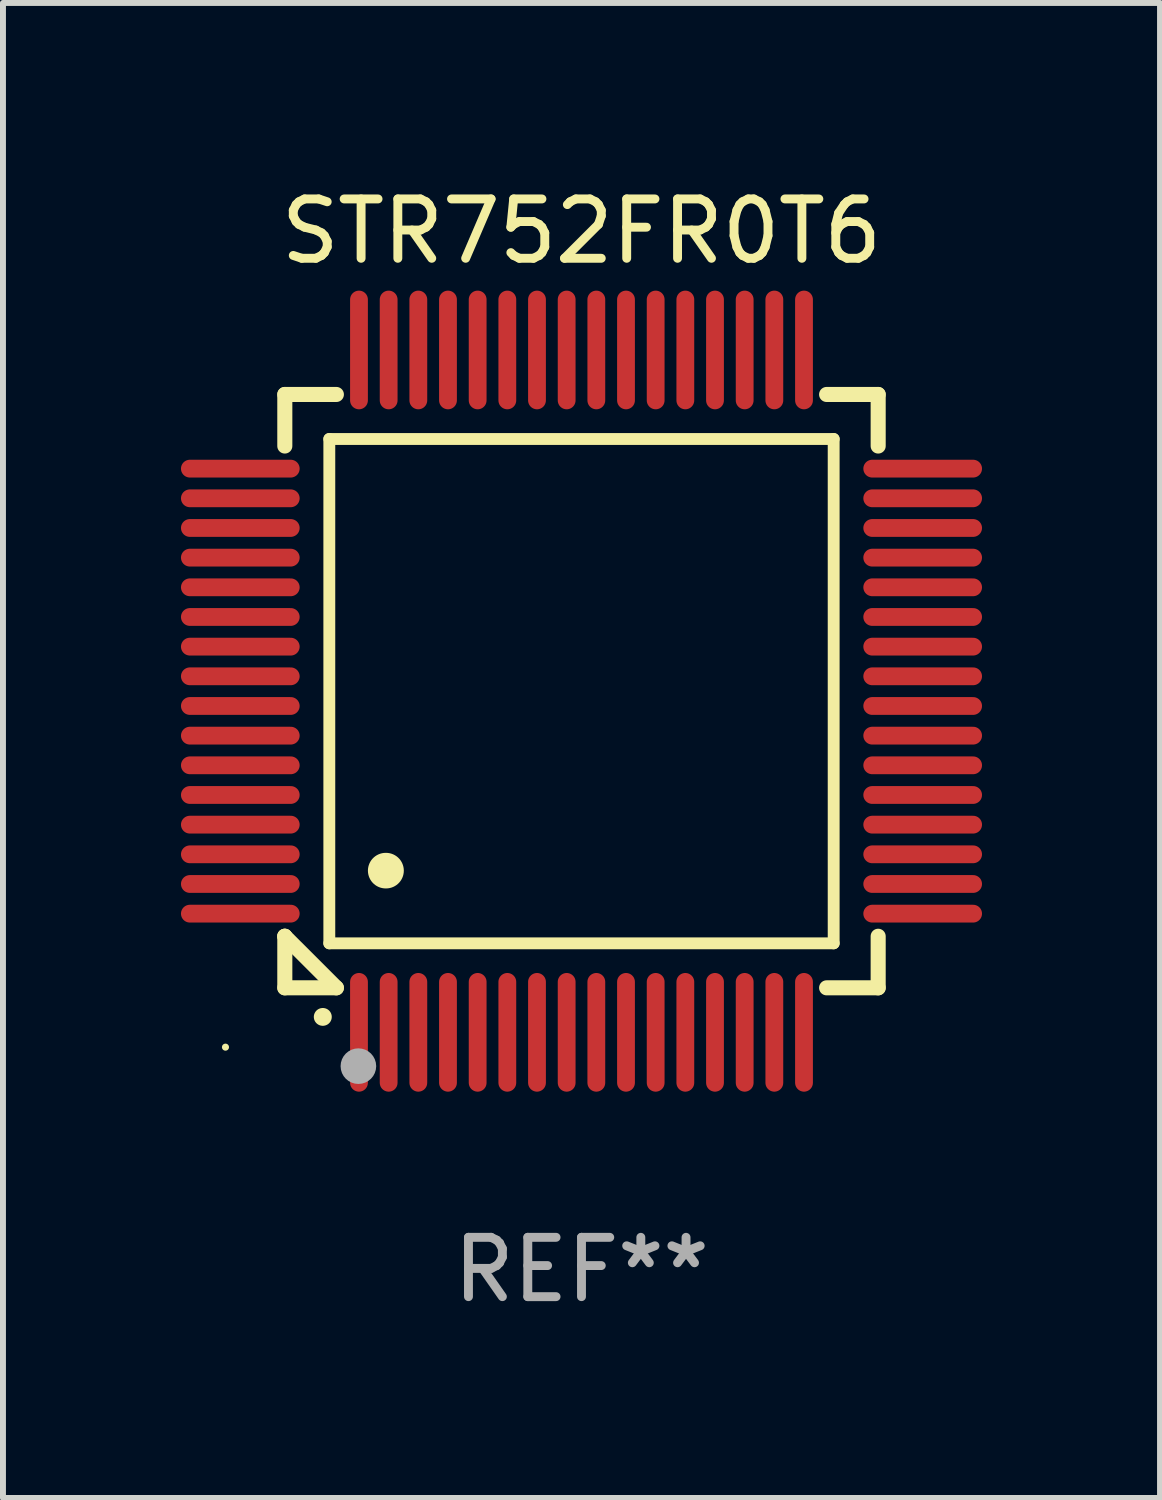
<source format=kicad_pcb>
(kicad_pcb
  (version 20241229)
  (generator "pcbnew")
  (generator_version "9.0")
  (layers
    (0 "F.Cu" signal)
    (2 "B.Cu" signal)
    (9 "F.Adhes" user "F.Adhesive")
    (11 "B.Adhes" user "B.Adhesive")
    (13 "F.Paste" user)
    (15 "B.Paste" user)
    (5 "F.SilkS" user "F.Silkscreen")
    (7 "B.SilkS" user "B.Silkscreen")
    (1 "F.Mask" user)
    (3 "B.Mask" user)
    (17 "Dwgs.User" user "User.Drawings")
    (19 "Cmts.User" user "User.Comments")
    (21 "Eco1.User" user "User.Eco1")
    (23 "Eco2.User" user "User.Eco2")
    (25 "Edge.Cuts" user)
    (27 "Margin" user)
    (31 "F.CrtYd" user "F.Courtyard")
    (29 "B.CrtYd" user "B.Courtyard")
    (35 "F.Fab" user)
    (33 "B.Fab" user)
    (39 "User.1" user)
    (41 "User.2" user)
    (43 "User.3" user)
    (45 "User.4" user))
  (footprint "STR752FR0T6"
    (layer "F.Cu")
    (at 6.75 8.598)
    (property "Reference" "STR752FR0T6" (at 0 -7.75 0) (layer "F.SilkS") (effects (font (size 1 1) (thickness 0.15))))
    (attr through_hole)
    (fp_line (start -5 -5) (end -4.131 -5) (stroke (width 0.254) (type solid)) (layer "F.SilkS"))
    (fp_line (start -5 -4.131) (end -5 -5) (stroke (width 0.254) (type solid)) (layer "F.SilkS"))
    (fp_line (start -5 4.131) (end -5 4.131) (stroke (width 0.254) (type solid)) (layer "F.SilkS"))
    (fp_line (start -5 5) (end -5 4.131) (stroke (width 0.254) (type solid)) (layer "F.SilkS"))
    (fp_line (start -5 4.131) (end -4.131 5) (stroke (width 0.254) (type solid)) (layer "F.SilkS"))
    (fp_line (start -4.25 -4.25) (end -4.25 4.25) (stroke (width 0.2) (type solid)) (layer "F.SilkS"))
    (fp_line (start -4.25 4.25) (end 4.25 4.25) (stroke (width 0.2) (type solid)) (layer "F.SilkS"))
    (fp_line (start -4.131 5) (end -5 5) (stroke (width 0.254) (type solid)) (layer "F.SilkS"))
    (fp_line (start 4.25 -4.25) (end -4.25 -4.25) (stroke (width 0.2) (type solid)) (layer "F.SilkS"))
    (fp_line (start 4.25 4.25) (end 4.25 -4.25) (stroke (width 0.2) (type solid)) (layer "F.SilkS"))
    (fp_line (start 5 -5) (end 4.131 -5) (stroke (width 0.254) (type solid)) (layer "F.SilkS"))
    (fp_line (start 5 -5) (end 5 -4.131) (stroke (width 0.254) (type solid)) (layer "F.SilkS"))
    (fp_line (start 5 4.131) (end 5 5) (stroke (width 0.254) (type solid)) (layer "F.SilkS"))
    (fp_line (start 5 5) (end 4.131 5) (stroke (width 0.254) (type solid)) (layer "F.SilkS"))
    (fp_arc (start -4.361265 5.489992) (mid -4.359995 5.489987) (end -4.358725 5.489992) (stroke (width 0.3) (type solid)) (layer "F.SilkS"))
    (fp_arc (start -3.299467 3.025146) (mid -3.296927 3.025135) (end -3.294387 3.025146) (stroke (width 0.6) (type solid)) (layer "F.SilkS"))
    (fp_circle (center -6 6) (end -5.97 6) (stroke (width 0.06) (type solid)) (fill no) (layer "F.SilkS"))
    (fp_circle (center -3.76 6.32) (end -3.61 6.32) (stroke (width 0.3) (type solid)) (fill no) (layer "F.Fab"))
    (fp_text user "REF**" (at 0 9.75 0) (layer "F.Fab") (effects (font (size 1 1) (thickness 0.15))))
    (pad "1" smd oval (at -3.75 5.75) (size 0.3 2) (layers "F.Cu" "F.Mask" "F.Paste"))
    (pad "2" smd oval (at -3.25 5.75) (size 0.3 2) (layers "F.Cu" "F.Mask" "F.Paste"))
    (pad "3" smd oval (at -2.75 5.75) (size 0.3 2) (layers "F.Cu" "F.Mask" "F.Paste"))
    (pad "4" smd oval (at -2.25 5.75) (size 0.3 2) (layers "F.Cu" "F.Mask" "F.Paste"))
    (pad "5" smd oval (at -1.75 5.75) (size 0.3 2) (layers "F.Cu" "F.Mask" "F.Paste"))
    (pad "6" smd oval (at -1.25 5.75) (size 0.3 2) (layers "F.Cu" "F.Mask" "F.Paste"))
    (pad "7" smd oval (at -0.75 5.75) (size 0.3 2) (layers "F.Cu" "F.Mask" "F.Paste"))
    (pad "8" smd oval (at -0.25 5.75) (size 0.3 2) (layers "F.Cu" "F.Mask" "F.Paste"))
    (pad "9" smd oval (at 0.25 5.75) (size 0.3 2) (layers "F.Cu" "F.Mask" "F.Paste"))
    (pad "10" smd oval (at 0.75 5.75) (size 0.3 2) (layers "F.Cu" "F.Mask" "F.Paste"))
    (pad "11" smd oval (at 1.25 5.75) (size 0.3 2) (layers "F.Cu" "F.Mask" "F.Paste"))
    (pad "12" smd oval (at 1.75 5.75) (size 0.3 2) (layers "F.Cu" "F.Mask" "F.Paste"))
    (pad "13" smd oval (at 2.25 5.75) (size 0.3 2) (layers "F.Cu" "F.Mask" "F.Paste"))
    (pad "14" smd oval (at 2.75 5.75) (size 0.3 2) (layers "F.Cu" "F.Mask" "F.Paste"))
    (pad "15" smd oval (at 3.25 5.75) (size 0.3 2) (layers "F.Cu" "F.Mask" "F.Paste"))
    (pad "16" smd oval (at 3.75 5.75) (size 0.3 2) (layers "F.Cu" "F.Mask" "F.Paste"))
    (pad "17" smd oval (at 5.75 3.75) (size 2 0.3) (layers "F.Cu" "F.Mask" "F.Paste"))
    (pad "18" smd oval (at 5.75 3.25) (size 2 0.3) (layers "F.Cu" "F.Mask" "F.Paste"))
    (pad "19" smd oval (at 5.75 2.75) (size 2 0.3) (layers "F.Cu" "F.Mask" "F.Paste"))
    (pad "20" smd oval (at 5.75 2.25) (size 2 0.3) (layers "F.Cu" "F.Mask" "F.Paste"))
    (pad "21" smd oval (at 5.75 1.75) (size 2 0.3) (layers "F.Cu" "F.Mask" "F.Paste"))
    (pad "22" smd oval (at 5.75 1.25) (size 2 0.3) (layers "F.Cu" "F.Mask" "F.Paste"))
    (pad "23" smd oval (at 5.75 0.75) (size 2 0.3) (layers "F.Cu" "F.Mask" "F.Paste"))
    (pad "24" smd oval (at 5.75 0.25) (size 2 0.3) (layers "F.Cu" "F.Mask" "F.Paste"))
    (pad "25" smd oval (at 5.75 -0.25) (size 2 0.3) (layers "F.Cu" "F.Mask" "F.Paste"))
    (pad "26" smd oval (at 5.75 -0.75) (size 2 0.3) (layers "F.Cu" "F.Mask" "F.Paste"))
    (pad "27" smd oval (at 5.75 -1.25) (size 2 0.3) (layers "F.Cu" "F.Mask" "F.Paste"))
    (pad "28" smd oval (at 5.75 -1.75) (size 2 0.3) (layers "F.Cu" "F.Mask" "F.Paste"))
    (pad "29" smd oval (at 5.75 -2.25) (size 2 0.3) (layers "F.Cu" "F.Mask" "F.Paste"))
    (pad "30" smd oval (at 5.75 -2.75) (size 2 0.3) (layers "F.Cu" "F.Mask" "F.Paste"))
    (pad "31" smd oval (at 5.75 -3.25) (size 2 0.3) (layers "F.Cu" "F.Mask" "F.Paste"))
    (pad "32" smd oval (at 5.75 -3.75) (size 2 0.3) (layers "F.Cu" "F.Mask" "F.Paste"))
    (pad "33" smd oval (at 3.75 -5.75) (size 0.3 2) (layers "F.Cu" "F.Mask" "F.Paste"))
    (pad "34" smd oval (at 3.25 -5.75) (size 0.3 2) (layers "F.Cu" "F.Mask" "F.Paste"))
    (pad "35" smd oval (at 2.75 -5.75) (size 0.3 2) (layers "F.Cu" "F.Mask" "F.Paste"))
    (pad "36" smd oval (at 2.25 -5.75) (size 0.3 2) (layers "F.Cu" "F.Mask" "F.Paste"))
    (pad "37" smd oval (at 1.75 -5.75) (size 0.3 2) (layers "F.Cu" "F.Mask" "F.Paste"))
    (pad "38" smd oval (at 1.25 -5.75) (size 0.3 2) (layers "F.Cu" "F.Mask" "F.Paste"))
    (pad "39" smd oval (at 0.75 -5.75) (size 0.3 2) (layers "F.Cu" "F.Mask" "F.Paste"))
    (pad "40" smd oval (at 0.25 -5.75) (size 0.3 2) (layers "F.Cu" "F.Mask" "F.Paste"))
    (pad "41" smd oval (at -0.25 -5.75) (size 0.3 2) (layers "F.Cu" "F.Mask" "F.Paste"))
    (pad "42" smd oval (at -0.75 -5.75) (size 0.3 2) (layers "F.Cu" "F.Mask" "F.Paste"))
    (pad "43" smd oval (at -1.25 -5.75) (size 0.3 2) (layers "F.Cu" "F.Mask" "F.Paste"))
    (pad "44" smd oval (at -1.75 -5.75) (size 0.3 2) (layers "F.Cu" "F.Mask" "F.Paste"))
    (pad "45" smd oval (at -2.25 -5.75) (size 0.3 2) (layers "F.Cu" "F.Mask" "F.Paste"))
    (pad "46" smd oval (at -2.75 -5.75) (size 0.3 2) (layers "F.Cu" "F.Mask" "F.Paste"))
    (pad "47" smd oval (at -3.25 -5.75) (size 0.3 2) (layers "F.Cu" "F.Mask" "F.Paste"))
    (pad "48" smd oval (at -3.75 -5.75) (size 0.3 2) (layers "F.Cu" "F.Mask" "F.Paste"))
    (pad "49" smd oval (at -5.75 -3.75) (size 2 0.3) (layers "F.Cu" "F.Mask" "F.Paste"))
    (pad "50" smd oval (at -5.75 -3.25) (size 2 0.3) (layers "F.Cu" "F.Mask" "F.Paste"))
    (pad "51" smd oval (at -5.75 -2.75) (size 2 0.3) (layers "F.Cu" "F.Mask" "F.Paste"))
    (pad "52" smd oval (at -5.75 -2.25) (size 2 0.3) (layers "F.Cu" "F.Mask" "F.Paste"))
    (pad "53" smd oval (at -5.75 -1.75) (size 2 0.3) (layers "F.Cu" "F.Mask" "F.Paste"))
    (pad "54" smd oval (at -5.75 -1.25) (size 2 0.3) (layers "F.Cu" "F.Mask" "F.Paste"))
    (pad "55" smd oval (at -5.75 -0.75) (size 2 0.3) (layers "F.Cu" "F.Mask" "F.Paste"))
    (pad "56" smd oval (at -5.75 -0.25) (size 2 0.3) (layers "F.Cu" "F.Mask" "F.Paste"))
    (pad "57" smd oval (at -5.75 0.25) (size 2 0.3) (layers "F.Cu" "F.Mask" "F.Paste"))
    (pad "58" smd oval (at -5.75 0.75) (size 2 0.3) (layers "F.Cu" "F.Mask" "F.Paste"))
    (pad "59" smd oval (at -5.75 1.25) (size 2 0.3) (layers "F.Cu" "F.Mask" "F.Paste"))
    (pad "60" smd oval (at -5.75 1.75) (size 2 0.3) (layers "F.Cu" "F.Mask" "F.Paste"))
    (pad "61" smd oval (at -5.75 2.25) (size 2 0.3) (layers "F.Cu" "F.Mask" "F.Paste"))
    (pad "62" smd oval (at -5.75 2.75) (size 2 0.3) (layers "F.Cu" "F.Mask" "F.Paste"))
    (pad "63" smd oval (at -5.75 3.25) (size 2 0.3) (layers "F.Cu" "F.Mask" "F.Paste"))
    (pad "64" smd oval (at -5.75 3.75) (size 2 0.3) (layers "F.Cu" "F.Mask" "F.Paste")))
  (gr_rect
    (start -3 -3)
    (end 16.5 22.196)
    (stroke (width 0.1) (type default))
    (fill no)
    (layer "Edge.Cuts")))
</source>
